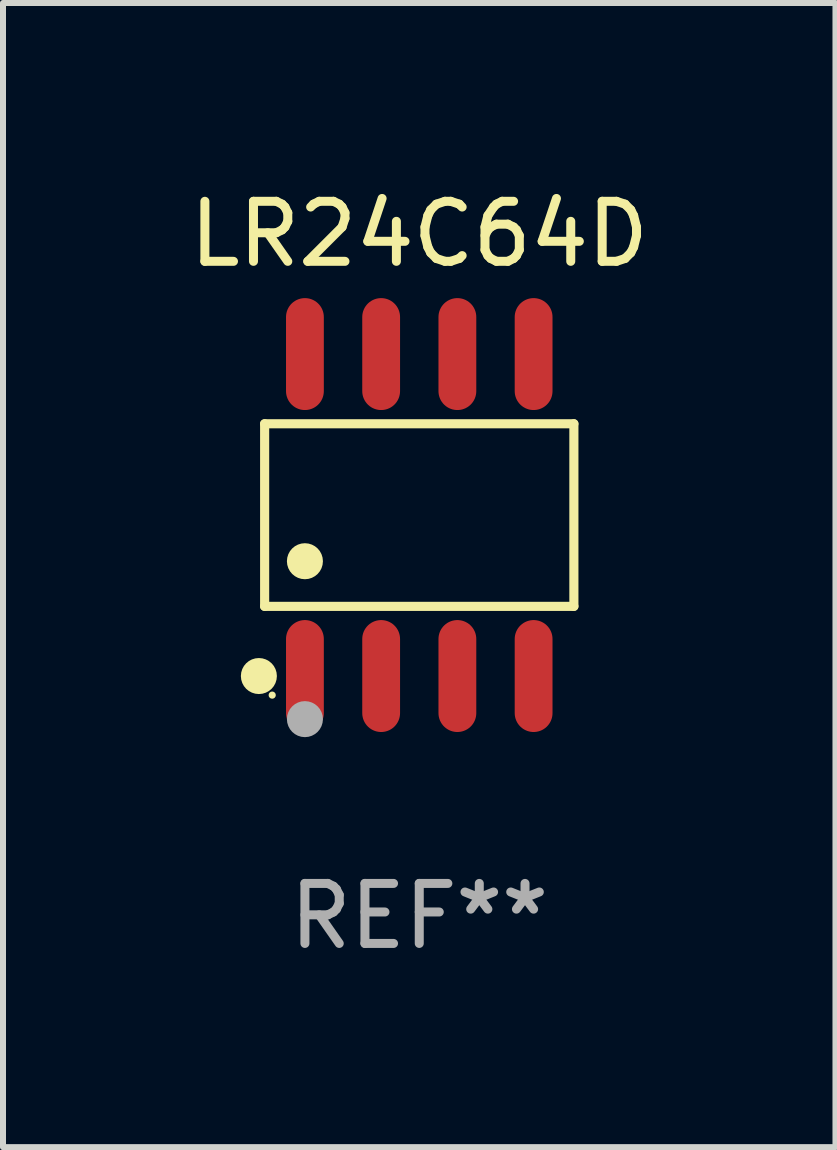
<source format=kicad_pcb>
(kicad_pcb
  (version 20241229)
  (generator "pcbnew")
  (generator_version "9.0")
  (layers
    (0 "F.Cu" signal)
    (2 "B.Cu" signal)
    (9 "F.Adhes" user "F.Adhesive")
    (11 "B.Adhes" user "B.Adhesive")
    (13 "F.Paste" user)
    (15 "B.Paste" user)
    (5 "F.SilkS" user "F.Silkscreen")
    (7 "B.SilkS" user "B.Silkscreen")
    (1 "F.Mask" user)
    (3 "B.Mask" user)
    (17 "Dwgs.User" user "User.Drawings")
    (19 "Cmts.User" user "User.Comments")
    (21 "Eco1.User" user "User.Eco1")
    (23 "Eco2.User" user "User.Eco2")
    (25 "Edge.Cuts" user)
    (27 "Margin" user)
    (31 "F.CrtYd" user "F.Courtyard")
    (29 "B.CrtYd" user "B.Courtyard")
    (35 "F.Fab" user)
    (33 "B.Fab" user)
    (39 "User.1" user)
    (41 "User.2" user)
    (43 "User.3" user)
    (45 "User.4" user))
  (footprint "LR24C64D"
    (layer "F.Cu")
    (at 3.935 5.531)
    (property "Reference" "LR24C64D" (at 0 -4.682 0) (layer "F.SilkS") (effects (font (size 1 1) (thickness 0.15))))
    (attr through_hole)
    (fp_line (start -2.576 -1.521) (end 2.576 -1.521) (stroke (width 0.152) (type solid)) (layer "F.SilkS"))
    (fp_line (start -2.576 1.521) (end -2.576 -1.521) (stroke (width 0.152) (type solid)) (layer "F.SilkS"))
    (fp_line (start 2.576 -1.521) (end 2.576 1.521) (stroke (width 0.152) (type solid)) (layer "F.SilkS"))
    (fp_line (start 2.576 1.521) (end -2.576 1.521) (stroke (width 0.152) (type solid)) (layer "F.SilkS"))
    (fp_circle (center -2.672 2.682) (end -2.522 2.682) (stroke (width 0.3) (type solid)) (fill no) (layer "F.SilkS"))
    (fp_circle (center -2.45 3) (end -2.42 3) (stroke (width 0.06) (type solid)) (fill no) (layer "F.SilkS"))
    (fp_circle (center -1.905 0.769) (end -1.755 0.769) (stroke (width 0.3) (type solid)) (fill no) (layer "F.SilkS"))
    (fp_circle (center -1.905 3.4) (end -1.755 3.4) (stroke (width 0.3) (type solid)) (fill no) (layer "F.Fab"))
    (fp_text user "REF**" (at 0 6.682 0) (layer "F.Fab") (effects (font (size 1 1) (thickness 0.15))))
    (pad "1" smd oval (at -1.905 2.682) (size 0.63 1.865) (layers "F.Cu" "F.Mask" "F.Paste"))
    (pad "2" smd oval (at -0.635 2.682) (size 0.63 1.865) (layers "F.Cu" "F.Mask" "F.Paste"))
    (pad "3" smd oval (at 0.635 2.682) (size 0.63 1.865) (layers "F.Cu" "F.Mask" "F.Paste"))
    (pad "4" smd oval (at 1.905 2.682) (size 0.63 1.865) (layers "F.Cu" "F.Mask" "F.Paste"))
    (pad "5" smd oval (at 1.905 -2.682) (size 0.63 1.865) (layers "F.Cu" "F.Mask" "F.Paste"))
    (pad "6" smd oval (at 0.635 -2.682) (size 0.63 1.865) (layers "F.Cu" "F.Mask" "F.Paste"))
    (pad "7" smd oval (at -0.635 -2.682) (size 0.63 1.865) (layers "F.Cu" "F.Mask" "F.Paste"))
    (pad "8" smd oval (at -1.905 -2.682) (size 0.63 1.865) (layers "F.Cu" "F.Mask" "F.Paste")))
  (gr_rect
    (start -3 -3)
    (end 10.869 16.061)
    (stroke (width 0.1) (type default))
    (fill no)
    (layer "Edge.Cuts")))
</source>
